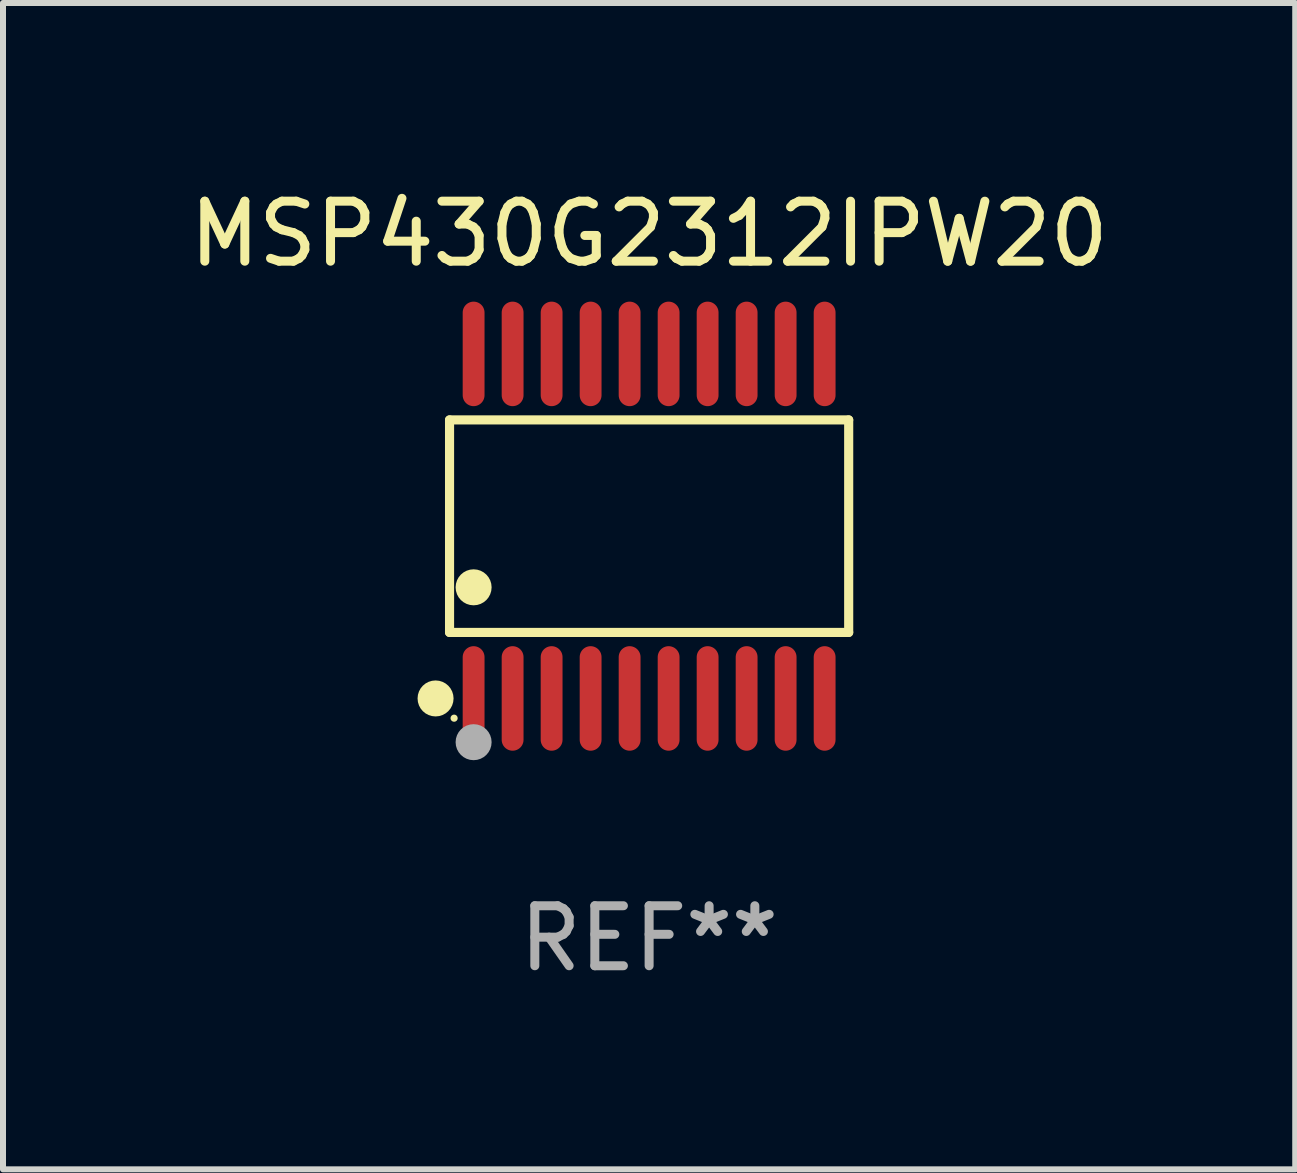
<source format=kicad_pcb>
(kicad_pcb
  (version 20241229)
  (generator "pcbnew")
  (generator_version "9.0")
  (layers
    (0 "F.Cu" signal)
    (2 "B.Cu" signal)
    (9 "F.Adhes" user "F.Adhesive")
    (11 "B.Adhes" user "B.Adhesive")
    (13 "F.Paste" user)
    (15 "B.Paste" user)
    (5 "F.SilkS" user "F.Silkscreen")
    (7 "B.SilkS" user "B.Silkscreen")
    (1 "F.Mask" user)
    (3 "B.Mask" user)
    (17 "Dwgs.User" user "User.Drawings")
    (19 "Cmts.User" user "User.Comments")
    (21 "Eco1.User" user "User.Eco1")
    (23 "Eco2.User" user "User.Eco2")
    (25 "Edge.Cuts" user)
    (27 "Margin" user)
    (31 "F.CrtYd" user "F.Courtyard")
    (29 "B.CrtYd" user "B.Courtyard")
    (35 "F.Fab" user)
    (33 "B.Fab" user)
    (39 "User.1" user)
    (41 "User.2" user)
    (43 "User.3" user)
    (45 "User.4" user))
  (footprint "MSP430G2312IPW20"
    (layer "F.Cu")
    (at 7.768 5.719)
    (property "Reference" "MSP430G2312IPW20" (at 0 -4.871 0) (layer "F.SilkS") (effects (font (size 1 1) (thickness 0.15))))
    (attr through_hole)
    (fp_line (start -3.326 -1.771) (end 3.326 -1.771) (stroke (width 0.152) (type solid)) (layer "F.SilkS"))
    (fp_line (start -3.326 1.771) (end -3.326 -1.771) (stroke (width 0.152) (type solid)) (layer "F.SilkS"))
    (fp_line (start 3.326 -1.771) (end 3.326 1.771) (stroke (width 0.152) (type solid)) (layer "F.SilkS"))
    (fp_line (start 3.326 1.771) (end -3.326 1.771) (stroke (width 0.152) (type solid)) (layer "F.SilkS"))
    (fp_circle (center -3.559 2.871) (end -3.409 2.871) (stroke (width 0.3) (type solid)) (fill no) (layer "F.SilkS"))
    (fp_circle (center -3.25 3.2) (end -3.22 3.2) (stroke (width 0.06) (type solid)) (fill no) (layer "F.SilkS"))
    (fp_circle (center -2.925 1.019) (end -2.775 1.019) (stroke (width 0.3) (type solid)) (fill no) (layer "F.SilkS"))
    (fp_circle (center -2.925 3.6) (end -2.775 3.6) (stroke (width 0.3) (type solid)) (fill no) (layer "F.Fab"))
    (fp_text user "REF**" (at 0 6.871 0) (layer "F.Fab") (effects (font (size 1 1) (thickness 0.15))))
    (pad "1" smd oval (at -2.925 2.871) (size 0.364 1.742) (layers "F.Cu" "F.Mask" "F.Paste"))
    (pad "2" smd oval (at -2.275 2.871) (size 0.364 1.742) (layers "F.Cu" "F.Mask" "F.Paste"))
    (pad "3" smd oval (at -1.625 2.871) (size 0.364 1.742) (layers "F.Cu" "F.Mask" "F.Paste"))
    (pad "4" smd oval (at -0.975 2.871) (size 0.364 1.742) (layers "F.Cu" "F.Mask" "F.Paste"))
    (pad "5" smd oval (at -0.325 2.871) (size 0.364 1.742) (layers "F.Cu" "F.Mask" "F.Paste"))
    (pad "6" smd oval (at 0.325 2.871) (size 0.364 1.742) (layers "F.Cu" "F.Mask" "F.Paste"))
    (pad "7" smd oval (at 0.975 2.871) (size 0.364 1.742) (layers "F.Cu" "F.Mask" "F.Paste"))
    (pad "8" smd oval (at 1.625 2.871) (size 0.364 1.742) (layers "F.Cu" "F.Mask" "F.Paste"))
    (pad "9" smd oval (at 2.275 2.871) (size 0.364 1.742) (layers "F.Cu" "F.Mask" "F.Paste"))
    (pad "10" smd oval (at 2.925 2.871) (size 0.364 1.742) (layers "F.Cu" "F.Mask" "F.Paste"))
    (pad "11" smd oval (at 2.925 -2.871) (size 0.364 1.742) (layers "F.Cu" "F.Mask" "F.Paste"))
    (pad "12" smd oval (at 2.275 -2.871) (size 0.364 1.742) (layers "F.Cu" "F.Mask" "F.Paste"))
    (pad "13" smd oval (at 1.625 -2.871) (size 0.364 1.742) (layers "F.Cu" "F.Mask" "F.Paste"))
    (pad "14" smd oval (at 0.975 -2.871) (size 0.364 1.742) (layers "F.Cu" "F.Mask" "F.Paste"))
    (pad "15" smd oval (at 0.325 -2.871) (size 0.364 1.742) (layers "F.Cu" "F.Mask" "F.Paste"))
    (pad "16" smd oval (at -0.325 -2.871) (size 0.364 1.742) (layers "F.Cu" "F.Mask" "F.Paste"))
    (pad "17" smd oval (at -0.975 -2.871) (size 0.364 1.742) (layers "F.Cu" "F.Mask" "F.Paste"))
    (pad "18" smd oval (at -1.625 -2.871) (size 0.364 1.742) (layers "F.Cu" "F.Mask" "F.Paste"))
    (pad "19" smd oval (at -2.275 -2.871) (size 0.364 1.742) (layers "F.Cu" "F.Mask" "F.Paste"))
    (pad "20" smd oval (at -2.925 -2.871) (size 0.364 1.742) (layers "F.Cu" "F.Mask" "F.Paste")))
  (gr_rect
    (start -3 -3)
    (end 18.536 16.438)
    (stroke (width 0.1) (type default))
    (fill no)
    (layer "Edge.Cuts")))
</source>
